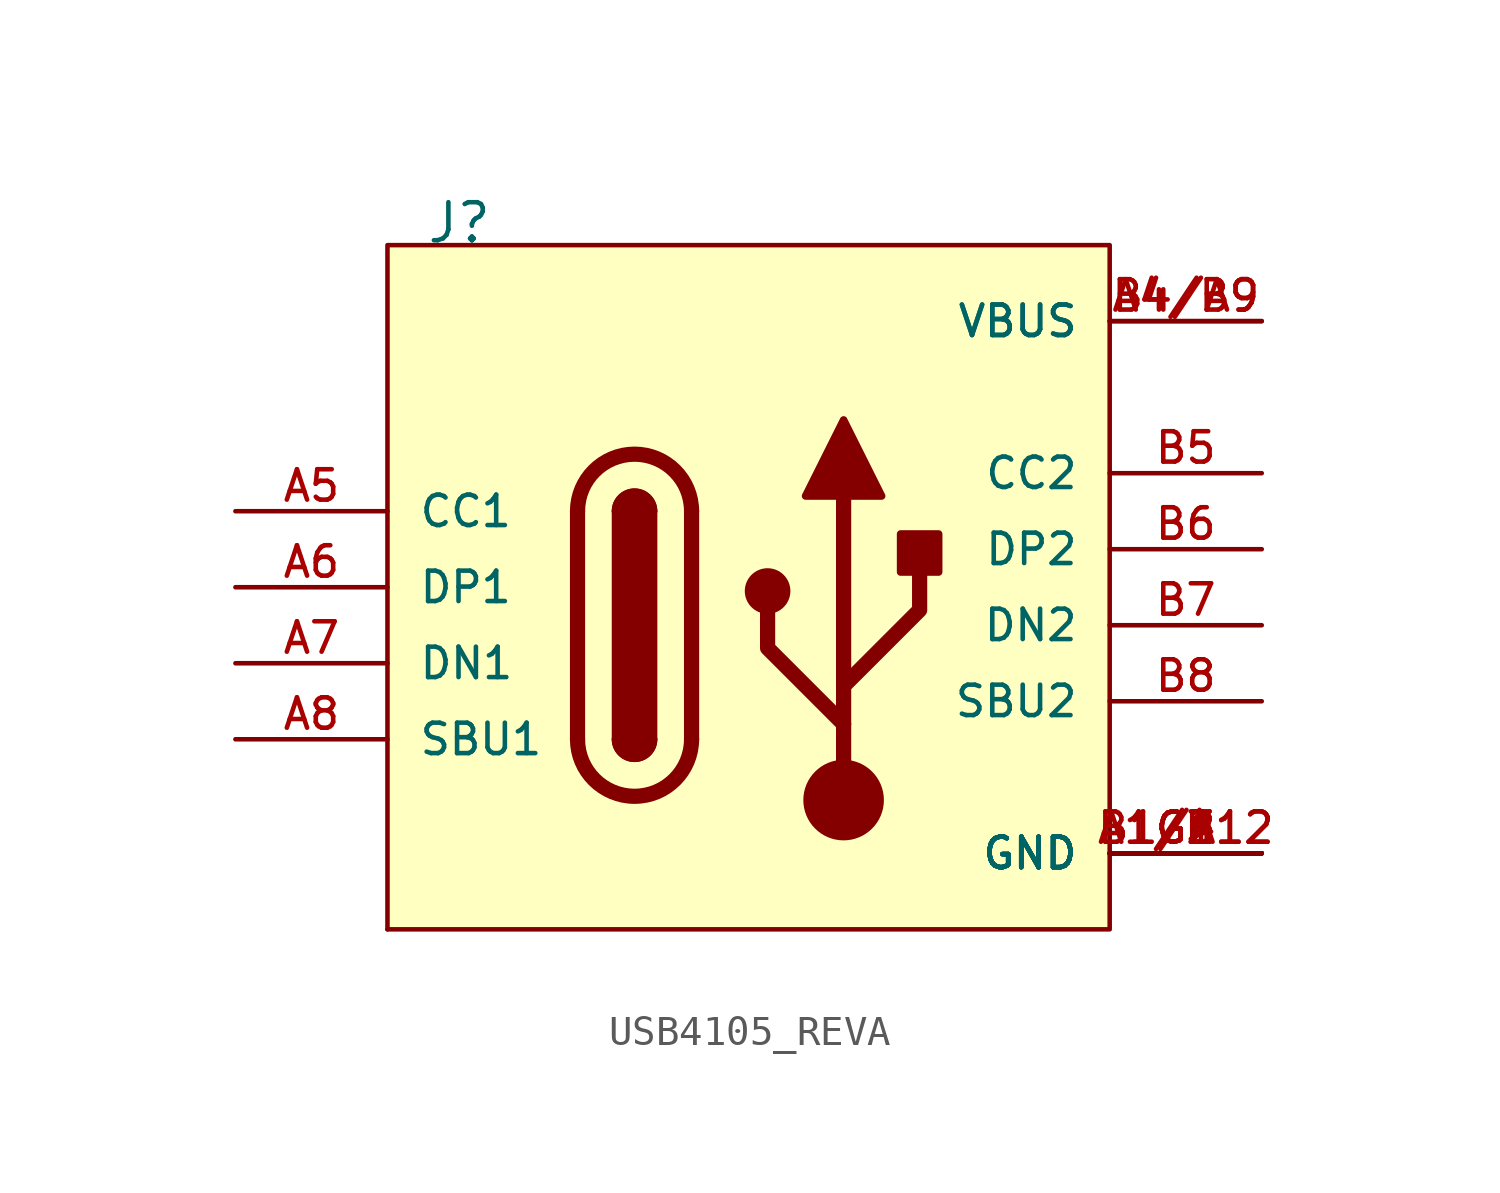
<source format=kicad_sym>
(kicad_symbol_lib
  (version 20210619)
  (generator kicad_symbol_editor)
  (symbol "USB4105_REVA:USB4105_REVA"
    (pin_names
      (offset 1.016))
    (property "Reference" "J"
      (at -7.62 12.7 0)
      (effects (font (size 1.27 1.27)) (justify left bottom)))
    (symbol "USB4105_REVA_0_0"
      (pin power_in line (at 20.32 -7.62 180) (length 5.08) (name "GND" (effects (font (size 1.016 1.016)))) (number "A1/B12" (effects (font (size 1.016 1.016)))))
      (pin power_in line (at 20.32 10.16 180) (length 5.08) (name "VBUS" (effects (font (size 1.016 1.016)))) (number "A4/B9" (effects (font (size 1.016 1.016)))))
      (pin bidirectional line (at -13.97 3.81 0) (length 5.08) (name "CC1" (effects (font (size 1.016 1.016)))) (number "A5" (effects (font (size 1.016 1.016)))))
      (pin bidirectional line (at -13.97 1.27 0) (length 5.08) (name "DP1" (effects (font (size 1.016 1.016)))) (number "A6" (effects (font (size 1.016 1.016)))))
      (pin bidirectional line (at -13.97 -1.27 0) (length 5.08) (name "DN1" (effects (font (size 1.016 1.016)))) (number "A7" (effects (font (size 1.016 1.016)))))
      (pin bidirectional line (at -13.97 -3.81 0) (length 5.08) (name "SBU1" (effects (font (size 1.016 1.016)))) (number "A8" (effects (font (size 1.016 1.016)))))
      (pin power_in line (at 20.32 -7.62 180) (length 5.08) (name "GND" (effects (font (size 1.016 1.016)))) (number "B1/A12" (effects (font (size 1.016 1.016)))))
      (pin power_in line (at 20.32 10.16 180) (length 5.08) (name "VBUS" (effects (font (size 1.016 1.016)))) (number "B4/A9" (effects (font (size 1.016 1.016)))))
      (pin bidirectional line (at 20.32 5.08 180) (length 5.08) (name "CC2" (effects (font (size 1.016 1.016)))) (number "B5" (effects (font (size 1.016 1.016)))))
      (pin bidirectional line (at 20.32 2.54 180) (length 5.08) (name "DP2" (effects (font (size 1.016 1.016)))) (number "B6" (effects (font (size 1.016 1.016)))))
      (pin bidirectional line (at 20.32 0 180) (length 5.08) (name "DN2" (effects (font (size 1.016 1.016)))) (number "B7" (effects (font (size 1.016 1.016)))))
      (pin bidirectional line (at 20.32 -2.54 180) (length 5.08) (name "SBU2" (effects (font (size 1.016 1.016)))) (number "B8" (effects (font (size 1.016 1.016)))))
      (pin power_in line (at 20.32 -7.62 180) (length 5.08) (name "GND" (effects (font (size 1.016 1.016)))) (number "G1" (effects (font (size 1.016 1.016)))))
      (pin power_in line (at 20.32 -7.62 180) (length 5.08) (name "GND" (effects (font (size 1.016 1.016)))) (number "G2" (effects (font (size 1.016 1.016)))))
      (pin power_in line (at 20.32 -7.62 180) (length 5.08) (name "GND" (effects (font (size 1.016 1.016)))) (number "G3" (effects (font (size 1.016 1.016)))))
      (pin power_in line (at 20.32 -7.62 180) (length 5.08) (name "GND" (effects (font (size 1.016 1.016)))) (number "G4" (effects (font (size 1.016 1.016))))))
    (symbol "USB4105_REVA_0_1"
      (arc (start -2.54 -3.81) (end 1.27 -3.81) (radius (at -0.635 -3.81) (length 1.905) (angles -179.9 -0.1)) (stroke (width 0.508)) (fill (type none)))
      (arc (start -1.27 -3.81) (end 0 -3.81) (radius (at -0.635 -3.81) (length 0.635) (angles -179.9 -0.1)) (stroke (width 0.254)) (fill (type none)))
      (arc (start 0 3.81) (end -1.27 3.81) (radius (at -0.635 3.81) (length 0.635) (angles 0.1 179.9)) (stroke (width 0.254)) (fill (type none)))
      (arc (start 1.27 3.81) (end -2.54 3.81) (radius (at -0.635 3.81) (length 1.905) (angles 0.1 179.9)) (stroke (width 0.508)) (fill (type none)))
      (arc (start -1.27 -3.81) (end 0 -3.81) (radius (at -0.635 -3.81) (length 0.635) (angles -179.9 -0.1)) (stroke (width 0.254)) (fill (type outline)))
      (arc (start 0 3.81) (end -1.27 3.81) (radius (at -0.635 3.81) (length 0.635) (angles 0.1 179.9)) (stroke (width 0.254)) (fill (type outline)))
      (circle (center 3.81 1.143) (radius 0.635) (stroke (width 0.254)) (fill (type outline)))
      (circle (center 6.35 -5.842) (radius 1.27) (stroke (width 0)) (fill (type outline)))
      (rectangle (start -1.27 -3.81) (end 0 3.81) (stroke (width 0.254)) (fill (type outline)))
      (rectangle (start 8.255 1.778) (end 9.525 3.048) (stroke (width 0.254)) (fill (type outline)))
      (polyline (pts (xy -2.54 -3.81) (xy -2.54 3.81)) (stroke (width 0.508)) (fill (type none)))
      (polyline (pts (xy 1.27 3.81) (xy 1.27 -3.81)) (stroke (width 0.508)) (fill (type none)))
      (polyline (pts (xy 6.35 -5.842) (xy 6.35 4.318)) (stroke (width 0.508)) (fill (type none)))
      (polyline (pts (xy 6.35 -3.302) (xy 3.81 -0.762) (xy 3.81 0.508)) (stroke (width 0.508)) (fill (type none)))
      (polyline (pts (xy 6.35 -2.032) (xy 8.89 0.508) (xy 8.89 1.778)) (stroke (width 0.508)) (fill (type none)))
      (polyline (pts (xy 5.08 4.318) (xy 6.35 6.858) (xy 7.62 4.318) (xy 5.08 4.318)) (stroke (width 0.254)) (fill (type outline))))
    (symbol "USB4105_REVA_1_1"
      (rectangle (start -8.89 -10.16) (end -8.89 -10.16) (stroke (width 0.152)) (fill (type none)))
      (rectangle (start 15.24 12.7) (end -8.89 -10.16) (stroke (width 0.152)) (fill (type background))))))
</source>
